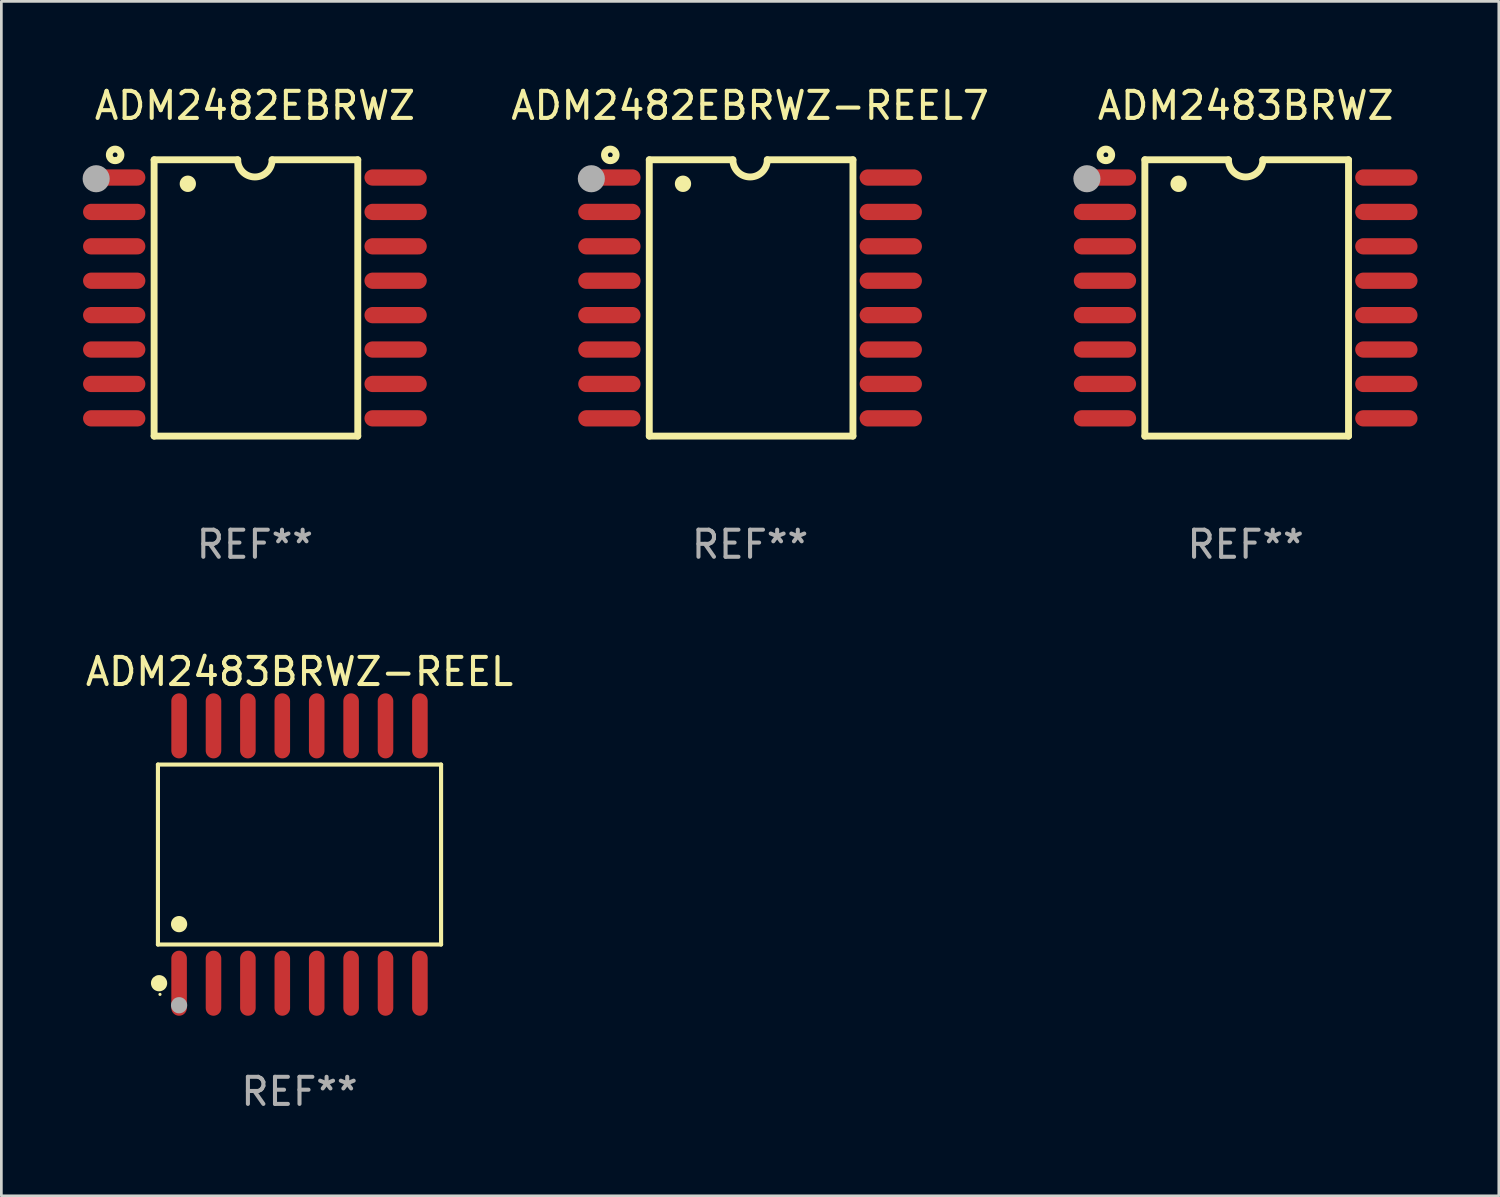
<source format=kicad_pcb>
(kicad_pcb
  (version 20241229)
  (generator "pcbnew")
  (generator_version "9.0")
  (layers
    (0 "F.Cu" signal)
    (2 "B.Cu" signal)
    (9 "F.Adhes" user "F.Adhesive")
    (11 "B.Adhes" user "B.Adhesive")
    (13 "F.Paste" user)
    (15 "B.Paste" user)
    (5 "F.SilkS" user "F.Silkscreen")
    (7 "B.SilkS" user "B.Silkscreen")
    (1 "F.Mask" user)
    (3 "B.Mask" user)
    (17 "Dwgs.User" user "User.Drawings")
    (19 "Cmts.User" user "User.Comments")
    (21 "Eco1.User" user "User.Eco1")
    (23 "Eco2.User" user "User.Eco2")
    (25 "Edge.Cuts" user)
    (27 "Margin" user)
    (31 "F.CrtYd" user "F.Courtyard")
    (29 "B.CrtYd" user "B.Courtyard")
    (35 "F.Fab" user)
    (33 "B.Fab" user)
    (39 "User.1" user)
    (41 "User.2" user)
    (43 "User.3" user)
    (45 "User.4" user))
  (footprint "ADM2482EBRWZ"
    (layer "F.Cu")
    (at 6.36 7.948)
    (property "Reference" "ADM2482EBRWZ" (at 0 -7.1 0) (layer "F.SilkS") (effects (font (size 1 1) (thickness 0.15))))
    (attr through_hole)
    (fp_line (start -3.721 -5.1) (end -3.721 5.1) (stroke (width 0.254) (type solid)) (layer "F.SilkS"))
    (fp_line (start -3.721 -5.1) (end -0.635 -5.1) (stroke (width 0.254) (type solid)) (layer "F.SilkS"))
    (fp_line (start -3.721 5.1) (end 3.797 5.1) (stroke (width 0.254) (type solid)) (layer "F.SilkS"))
    (fp_line (start 3.797 -5.1) (end 0.635 -5.1) (stroke (width 0.254) (type solid)) (layer "F.SilkS"))
    (fp_line (start 3.797 5.1) (end 3.797 -5.1) (stroke (width 0.254) (type solid)) (layer "F.SilkS"))
    (fp_arc (start -2.476556 -4.211328) (mid -2.476567 -4.213868) (end -2.476556 -4.216408) (stroke (width 0.6) (type solid)) (layer "F.SilkS"))
    (fp_arc (start 0.63495 -5.100076) (mid -0.000178 -4.465329) (end -0.635052 -5.10033) (stroke (width 0.254001) (type solid)) (layer "F.SilkS"))
    (fp_circle (center -5.16 -5.28) (end -4.945 -5.28) (stroke (width 0.254) (type solid)) (fill no) (layer "F.SilkS"))
    (fp_circle (center -5.15 -5.15) (end -5.12 -5.15) (stroke (width 0.06) (type solid)) (fill no) (layer "F.SilkS"))
    (fp_circle (center -5.86 -4.4) (end -5.61 -4.4) (stroke (width 0.5) (type solid)) (fill no) (layer "F.Fab"))
    (fp_text user "REF**" (at 0 9.1 0) (layer "F.Fab") (effects (font (size 1 1) (thickness 0.15))))
    (pad "1" smd oval (at -5.194 -4.445) (size 2.3 0.6) (layers "F.Cu" "F.Mask" "F.Paste"))
    (pad "2" smd oval (at -5.194 -3.175) (size 2.3 0.6) (layers "F.Cu" "F.Mask" "F.Paste"))
    (pad "3" smd oval (at -5.194 -1.905) (size 2.3 0.6) (layers "F.Cu" "F.Mask" "F.Paste"))
    (pad "4" smd oval (at -5.194 -0.635) (size 2.3 0.6) (layers "F.Cu" "F.Mask" "F.Paste"))
    (pad "5" smd oval (at -5.194 0.635) (size 2.3 0.6) (layers "F.Cu" "F.Mask" "F.Paste"))
    (pad "6" smd oval (at -5.194 1.905) (size 2.3 0.6) (layers "F.Cu" "F.Mask" "F.Paste"))
    (pad "7" smd oval (at -5.194 3.175) (size 2.3 0.6) (layers "F.Cu" "F.Mask" "F.Paste"))
    (pad "8" smd oval (at -5.194 4.445) (size 2.3 0.6) (layers "F.Cu" "F.Mask" "F.Paste"))
    (pad "9" smd oval (at 5.194 4.445) (size 2.3 0.6) (layers "F.Cu" "F.Mask" "F.Paste"))
    (pad "10" smd oval (at 5.194 3.175) (size 2.3 0.6) (layers "F.Cu" "F.Mask" "F.Paste"))
    (pad "11" smd oval (at 5.194 1.905) (size 2.3 0.6) (layers "F.Cu" "F.Mask" "F.Paste"))
    (pad "12" smd oval (at 5.194 0.635) (size 2.3 0.6) (layers "F.Cu" "F.Mask" "F.Paste"))
    (pad "13" smd oval (at 5.194 -0.635) (size 2.3 0.6) (layers "F.Cu" "F.Mask" "F.Paste"))
    (pad "14" smd oval (at 5.194 -1.905) (size 2.3 0.6) (layers "F.Cu" "F.Mask" "F.Paste"))
    (pad "15" smd oval (at 5.194 -3.175) (size 2.3 0.6) (layers "F.Cu" "F.Mask" "F.Paste"))
    (pad "16" smd oval (at 5.194 -4.445) (size 2.3 0.6) (layers "F.Cu" "F.Mask" "F.Paste")))
  (footprint "ADM2482EBRWZ-REEL7"
    (layer "F.Cu")
    (at 24.639 7.948)
    (property "Reference" "ADM2482EBRWZ-REEL7" (at 0 -7.1 0) (layer "F.SilkS") (effects (font (size 1 1) (thickness 0.15))))
    (attr through_hole)
    (fp_line (start -3.721 -5.1) (end -3.721 5.1) (stroke (width 0.254) (type solid)) (layer "F.SilkS"))
    (fp_line (start -3.721 -5.1) (end -0.635 -5.1) (stroke (width 0.254) (type solid)) (layer "F.SilkS"))
    (fp_line (start -3.721 5.1) (end 3.797 5.1) (stroke (width 0.254) (type solid)) (layer "F.SilkS"))
    (fp_line (start 3.797 -5.1) (end 0.635 -5.1) (stroke (width 0.254) (type solid)) (layer "F.SilkS"))
    (fp_line (start 3.797 5.1) (end 3.797 -5.1) (stroke (width 0.254) (type solid)) (layer "F.SilkS"))
    (fp_arc (start -2.476556 -4.211328) (mid -2.476567 -4.213868) (end -2.476556 -4.216408) (stroke (width 0.6) (type solid)) (layer "F.SilkS"))
    (fp_arc (start 0.63495 -5.100076) (mid -0.000178 -4.465329) (end -0.635052 -5.10033) (stroke (width 0.254001) (type solid)) (layer "F.SilkS"))
    (fp_circle (center -5.16 -5.28) (end -4.945 -5.28) (stroke (width 0.254) (type solid)) (fill no) (layer "F.SilkS"))
    (fp_circle (center -5.15 -5.15) (end -5.12 -5.15) (stroke (width 0.06) (type solid)) (fill no) (layer "F.SilkS"))
    (fp_circle (center -5.86 -4.4) (end -5.61 -4.4) (stroke (width 0.5) (type solid)) (fill no) (layer "F.Fab"))
    (fp_text user "REF**" (at 0 9.1 0) (layer "F.Fab") (effects (font (size 1 1) (thickness 0.15))))
    (pad "1" smd oval (at -5.194 -4.445) (size 2.3 0.6) (layers "F.Cu" "F.Mask" "F.Paste"))
    (pad "2" smd oval (at -5.194 -3.175) (size 2.3 0.6) (layers "F.Cu" "F.Mask" "F.Paste"))
    (pad "3" smd oval (at -5.194 -1.905) (size 2.3 0.6) (layers "F.Cu" "F.Mask" "F.Paste"))
    (pad "4" smd oval (at -5.194 -0.635) (size 2.3 0.6) (layers "F.Cu" "F.Mask" "F.Paste"))
    (pad "5" smd oval (at -5.194 0.635) (size 2.3 0.6) (layers "F.Cu" "F.Mask" "F.Paste"))
    (pad "6" smd oval (at -5.194 1.905) (size 2.3 0.6) (layers "F.Cu" "F.Mask" "F.Paste"))
    (pad "7" smd oval (at -5.194 3.175) (size 2.3 0.6) (layers "F.Cu" "F.Mask" "F.Paste"))
    (pad "8" smd oval (at -5.194 4.445) (size 2.3 0.6) (layers "F.Cu" "F.Mask" "F.Paste"))
    (pad "9" smd oval (at 5.194 4.445) (size 2.3 0.6) (layers "F.Cu" "F.Mask" "F.Paste"))
    (pad "10" smd oval (at 5.194 3.175) (size 2.3 0.6) (layers "F.Cu" "F.Mask" "F.Paste"))
    (pad "11" smd oval (at 5.194 1.905) (size 2.3 0.6) (layers "F.Cu" "F.Mask" "F.Paste"))
    (pad "12" smd oval (at 5.194 0.635) (size 2.3 0.6) (layers "F.Cu" "F.Mask" "F.Paste"))
    (pad "13" smd oval (at 5.194 -0.635) (size 2.3 0.6) (layers "F.Cu" "F.Mask" "F.Paste"))
    (pad "14" smd oval (at 5.194 -1.905) (size 2.3 0.6) (layers "F.Cu" "F.Mask" "F.Paste"))
    (pad "15" smd oval (at 5.194 -3.175) (size 2.3 0.6) (layers "F.Cu" "F.Mask" "F.Paste"))
    (pad "16" smd oval (at 5.194 -4.445) (size 2.3 0.6) (layers "F.Cu" "F.Mask" "F.Paste")))
  (footprint "ADM2483BRWZ"
    (layer "F.Cu")
    (at 42.933 7.948)
    (property "Reference" "ADM2483BRWZ" (at 0 -7.1 0) (layer "F.SilkS") (effects (font (size 1 1) (thickness 0.15))))
    (attr through_hole)
    (fp_line (start -3.721 -5.1) (end -3.721 5.1) (stroke (width 0.254) (type solid)) (layer "F.SilkS"))
    (fp_line (start -3.721 -5.1) (end -0.635 -5.1) (stroke (width 0.254) (type solid)) (layer "F.SilkS"))
    (fp_line (start -3.721 5.1) (end 3.797 5.1) (stroke (width 0.254) (type solid)) (layer "F.SilkS"))
    (fp_line (start 3.797 -5.1) (end 0.635 -5.1) (stroke (width 0.254) (type solid)) (layer "F.SilkS"))
    (fp_line (start 3.797 5.1) (end 3.797 -5.1) (stroke (width 0.254) (type solid)) (layer "F.SilkS"))
    (fp_arc (start -2.476556 -4.211328) (mid -2.476567 -4.213868) (end -2.476556 -4.216408) (stroke (width 0.6) (type solid)) (layer "F.SilkS"))
    (fp_arc (start 0.63495 -5.100076) (mid -0.000178 -4.465329) (end -0.635052 -5.10033) (stroke (width 0.254001) (type solid)) (layer "F.SilkS"))
    (fp_circle (center -5.16 -5.28) (end -4.945 -5.28) (stroke (width 0.254) (type solid)) (fill no) (layer "F.SilkS"))
    (fp_circle (center -5.15 -5.15) (end -5.12 -5.15) (stroke (width 0.06) (type solid)) (fill no) (layer "F.SilkS"))
    (fp_circle (center -5.86 -4.4) (end -5.61 -4.4) (stroke (width 0.5) (type solid)) (fill no) (layer "F.Fab"))
    (fp_text user "REF**" (at 0 9.1 0) (layer "F.Fab") (effects (font (size 1 1) (thickness 0.15))))
    (pad "1" smd oval (at -5.194 -4.445) (size 2.3 0.6) (layers "F.Cu" "F.Mask" "F.Paste"))
    (pad "2" smd oval (at -5.194 -3.175) (size 2.3 0.6) (layers "F.Cu" "F.Mask" "F.Paste"))
    (pad "3" smd oval (at -5.194 -1.905) (size 2.3 0.6) (layers "F.Cu" "F.Mask" "F.Paste"))
    (pad "4" smd oval (at -5.194 -0.635) (size 2.3 0.6) (layers "F.Cu" "F.Mask" "F.Paste"))
    (pad "5" smd oval (at -5.194 0.635) (size 2.3 0.6) (layers "F.Cu" "F.Mask" "F.Paste"))
    (pad "6" smd oval (at -5.194 1.905) (size 2.3 0.6) (layers "F.Cu" "F.Mask" "F.Paste"))
    (pad "7" smd oval (at -5.194 3.175) (size 2.3 0.6) (layers "F.Cu" "F.Mask" "F.Paste"))
    (pad "8" smd oval (at -5.194 4.445) (size 2.3 0.6) (layers "F.Cu" "F.Mask" "F.Paste"))
    (pad "9" smd oval (at 5.194 4.445) (size 2.3 0.6) (layers "F.Cu" "F.Mask" "F.Paste"))
    (pad "10" smd oval (at 5.194 3.175) (size 2.3 0.6) (layers "F.Cu" "F.Mask" "F.Paste"))
    (pad "11" smd oval (at 5.194 1.905) (size 2.3 0.6) (layers "F.Cu" "F.Mask" "F.Paste"))
    (pad "12" smd oval (at 5.194 0.635) (size 2.3 0.6) (layers "F.Cu" "F.Mask" "F.Paste"))
    (pad "13" smd oval (at 5.194 -0.635) (size 2.3 0.6) (layers "F.Cu" "F.Mask" "F.Paste"))
    (pad "14" smd oval (at 5.194 -1.905) (size 2.3 0.6) (layers "F.Cu" "F.Mask" "F.Paste"))
    (pad "15" smd oval (at 5.194 -3.175) (size 2.3 0.6) (layers "F.Cu" "F.Mask" "F.Paste"))
    (pad "16" smd oval (at 5.194 -4.445) (size 2.3 0.6) (layers "F.Cu" "F.Mask" "F.Paste")))
  (footprint "ADM2483BRWZ-REEL"
    (layer "F.Cu")
    (at 8.006 28.495)
    (property "Reference" "ADM2483BRWZ-REEL" (at 0 -6.75 0) (layer "F.SilkS") (effects (font (size 1 1) (thickness 0.15))))
    (attr through_hole)
    (fp_line (start -5.226 -3.321) (end 5.226 -3.321) (stroke (width 0.152) (type solid)) (layer "F.SilkS"))
    (fp_line (start -5.226 3.321) (end -5.226 -3.321) (stroke (width 0.152) (type solid)) (layer "F.SilkS"))
    (fp_line (start 5.226 -3.321) (end 5.226 3.321) (stroke (width 0.152) (type solid)) (layer "F.SilkS"))
    (fp_line (start 5.226 3.321) (end -5.226 3.321) (stroke (width 0.152) (type solid)) (layer "F.SilkS"))
    (fp_circle (center -5.184 4.75) (end -5.034 4.75) (stroke (width 0.3) (type solid)) (fill no) (layer "F.SilkS"))
    (fp_circle (center -5.15 5.163) (end -5.12 5.163) (stroke (width 0.06) (type solid)) (fill no) (layer "F.SilkS"))
    (fp_circle (center -4.445 2.569) (end -4.295 2.569) (stroke (width 0.3) (type solid)) (fill no) (layer "F.SilkS"))
    (fp_circle (center -4.445 5.563) (end -4.295 5.563) (stroke (width 0.3) (type solid)) (fill no) (layer "F.Fab"))
    (fp_text user "REF**" (at 0 8.75 0) (layer "F.Fab") (effects (font (size 1 1) (thickness 0.15))))
    (pad "1" smd oval (at -4.445 4.75) (size 0.574 2.401) (layers "F.Cu" "F.Mask" "F.Paste"))
    (pad "2" smd oval (at -3.175 4.75) (size 0.574 2.401) (layers "F.Cu" "F.Mask" "F.Paste"))
    (pad "3" smd oval (at -1.905 4.75) (size 0.574 2.401) (layers "F.Cu" "F.Mask" "F.Paste"))
    (pad "4" smd oval (at -0.635 4.75) (size 0.574 2.401) (layers "F.Cu" "F.Mask" "F.Paste"))
    (pad "5" smd oval (at 0.635 4.75) (size 0.574 2.401) (layers "F.Cu" "F.Mask" "F.Paste"))
    (pad "6" smd oval (at 1.905 4.75) (size 0.574 2.401) (layers "F.Cu" "F.Mask" "F.Paste"))
    (pad "7" smd oval (at 3.175 4.75) (size 0.574 2.401) (layers "F.Cu" "F.Mask" "F.Paste"))
    (pad "8" smd oval (at 4.445 4.75) (size 0.574 2.401) (layers "F.Cu" "F.Mask" "F.Paste"))
    (pad "9" smd oval (at 4.445 -4.75) (size 0.574 2.401) (layers "F.Cu" "F.Mask" "F.Paste"))
    (pad "10" smd oval (at 3.175 -4.75) (size 0.574 2.401) (layers "F.Cu" "F.Mask" "F.Paste"))
    (pad "11" smd oval (at 1.905 -4.75) (size 0.574 2.401) (layers "F.Cu" "F.Mask" "F.Paste"))
    (pad "12" smd oval (at 0.635 -4.75) (size 0.574 2.401) (layers "F.Cu" "F.Mask" "F.Paste"))
    (pad "13" smd oval (at -0.635 -4.75) (size 0.574 2.401) (layers "F.Cu" "F.Mask" "F.Paste"))
    (pad "14" smd oval (at -1.905 -4.75) (size 0.574 2.401) (layers "F.Cu" "F.Mask" "F.Paste"))
    (pad "15" smd oval (at -3.175 -4.75) (size 0.574 2.401) (layers "F.Cu" "F.Mask" "F.Paste"))
    (pad "16" smd oval (at -4.445 -4.75) (size 0.574 2.401) (layers "F.Cu" "F.Mask" "F.Paste")))
  (gr_rect
    (start -3 -3)
    (end 52.278 41.094)
    (stroke (width 0.1) (type default))
    (fill no)
    (layer "Edge.Cuts")))
</source>
